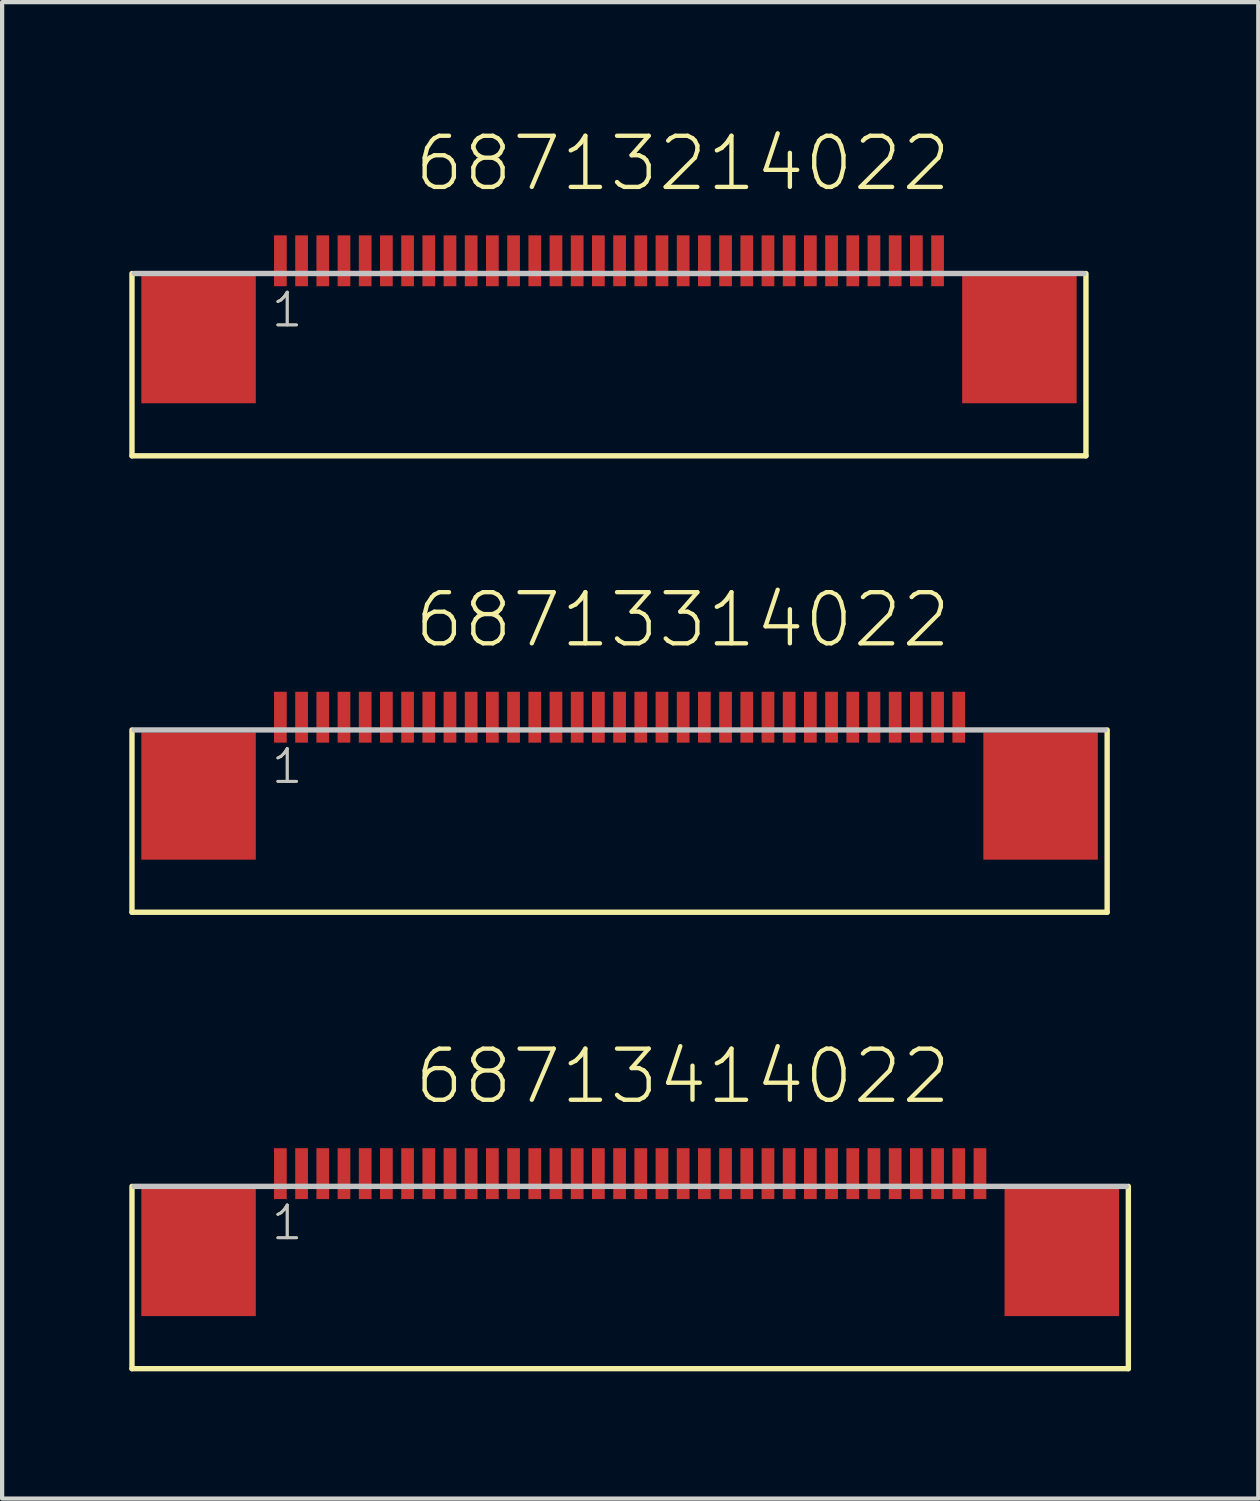
<source format=kicad_pcb>
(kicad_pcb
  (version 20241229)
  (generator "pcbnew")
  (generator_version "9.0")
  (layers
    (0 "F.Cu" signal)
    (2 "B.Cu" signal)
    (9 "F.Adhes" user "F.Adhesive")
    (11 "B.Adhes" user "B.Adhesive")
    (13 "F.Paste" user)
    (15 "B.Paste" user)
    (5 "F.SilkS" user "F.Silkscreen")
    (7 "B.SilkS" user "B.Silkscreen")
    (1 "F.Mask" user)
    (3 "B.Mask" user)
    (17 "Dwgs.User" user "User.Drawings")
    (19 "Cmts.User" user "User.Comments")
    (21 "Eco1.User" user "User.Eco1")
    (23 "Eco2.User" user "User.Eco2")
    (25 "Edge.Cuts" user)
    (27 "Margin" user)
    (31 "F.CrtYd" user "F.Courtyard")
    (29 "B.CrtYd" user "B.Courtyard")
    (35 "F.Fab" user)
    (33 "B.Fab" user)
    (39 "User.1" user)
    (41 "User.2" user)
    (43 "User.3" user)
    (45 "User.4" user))
  (footprint "68713314022"
    (layer "F.Cu")
    (at 11.813 15.726)
    (property "Reference" "68713314022" (at -5.144 -3.45 0) (layer "F.SilkS") (effects (font (size 1.206 1.206) (thickness 0.102)) (justify left bottom)))
    (attr through_hole)
    (fp_line (start -11.75 -1.56) (end -11.75 2.74) (stroke (width 0.127) (type solid)) (layer "F.SilkS"))
    (fp_line (start -11.75 2.74) (end 11.25 2.74) (stroke (width 0.127) (type solid)) (layer "F.SilkS"))
    (fp_line (start 11.25 2.74) (end 11.25 -1.56) (stroke (width 0.127) (type solid)) (layer "F.SilkS"))
    (fp_line (start 11.2 -1.56) (end -11.7 -1.56) (stroke (width 0.127) (type solid)) (layer "Dwgs.User"))
    (fp_text user "1" (at -8.5 -0.25 0) (layer "F.SilkS") (effects (font (size 0.772 0.772) (thickness 0.065)) (justify left bottom)))
    (fp_text user "1" (at -8.5 -0.25 0) (layer "Dwgs.User") (effects (font (size 0.772 0.772) (thickness 0.065)) (justify left bottom)))
    (pad "1" smd rect (at -8.25 -1.86) (size 0.3 1.2) (layers "F.Cu" "F.Mask" "F.Paste"))
    (pad "2" smd rect (at -7.75 -1.86) (size 0.3 1.2) (layers "F.Cu" "F.Mask" "F.Paste"))
    (pad "3" smd rect (at -7.25 -1.86) (size 0.3 1.2) (layers "F.Cu" "F.Mask" "F.Paste"))
    (pad "4" smd rect (at -6.75 -1.86) (size 0.3 1.2) (layers "F.Cu" "F.Mask" "F.Paste"))
    (pad "5" smd rect (at -6.25 -1.86) (size 0.3 1.2) (layers "F.Cu" "F.Mask" "F.Paste"))
    (pad "6" smd rect (at -5.75 -1.86) (size 0.3 1.2) (layers "F.Cu" "F.Mask" "F.Paste"))
    (pad "7" smd rect (at -5.25 -1.86) (size 0.3 1.2) (layers "F.Cu" "F.Mask" "F.Paste"))
    (pad "8" smd rect (at -4.75 -1.86) (size 0.3 1.2) (layers "F.Cu" "F.Mask" "F.Paste"))
    (pad "9" smd rect (at -4.25 -1.86) (size 0.3 1.2) (layers "F.Cu" "F.Mask" "F.Paste"))
    (pad "10" smd rect (at -3.75 -1.86) (size 0.3 1.2) (layers "F.Cu" "F.Mask" "F.Paste"))
    (pad "11" smd rect (at -3.25 -1.86) (size 0.3 1.2) (layers "F.Cu" "F.Mask" "F.Paste"))
    (pad "12" smd rect (at -2.75 -1.86) (size 0.3 1.2) (layers "F.Cu" "F.Mask" "F.Paste"))
    (pad "13" smd rect (at -2.25 -1.86) (size 0.3 1.2) (layers "F.Cu" "F.Mask" "F.Paste"))
    (pad "14" smd rect (at -1.75 -1.86) (size 0.3 1.2) (layers "F.Cu" "F.Mask" "F.Paste"))
    (pad "15" smd rect (at -1.25 -1.86) (size 0.3 1.2) (layers "F.Cu" "F.Mask" "F.Paste"))
    (pad "16" smd rect (at -0.75 -1.86) (size 0.3 1.2) (layers "F.Cu" "F.Mask" "F.Paste"))
    (pad "17" smd rect (at -0.25 -1.86) (size 0.3 1.2) (layers "F.Cu" "F.Mask" "F.Paste"))
    (pad "18" smd rect (at 0.25 -1.86) (size 0.3 1.2) (layers "F.Cu" "F.Mask" "F.Paste"))
    (pad "19" smd rect (at 0.75 -1.86) (size 0.3 1.2) (layers "F.Cu" "F.Mask" "F.Paste"))
    (pad "20" smd rect (at 1.25 -1.86) (size 0.3 1.2) (layers "F.Cu" "F.Mask" "F.Paste"))
    (pad "21" smd rect (at 1.75 -1.86) (size 0.3 1.2) (layers "F.Cu" "F.Mask" "F.Paste"))
    (pad "22" smd rect (at 2.25 -1.86) (size 0.3 1.2) (layers "F.Cu" "F.Mask" "F.Paste"))
    (pad "23" smd rect (at 2.75 -1.86) (size 0.3 1.2) (layers "F.Cu" "F.Mask" "F.Paste"))
    (pad "24" smd rect (at 3.25 -1.86) (size 0.3 1.2) (layers "F.Cu" "F.Mask" "F.Paste"))
    (pad "25" smd rect (at 3.75 -1.86) (size 0.3 1.2) (layers "F.Cu" "F.Mask" "F.Paste"))
    (pad "26" smd rect (at 4.25 -1.86) (size 0.3 1.2) (layers "F.Cu" "F.Mask" "F.Paste"))
    (pad "27" smd rect (at 4.75 -1.86) (size 0.3 1.2) (layers "F.Cu" "F.Mask" "F.Paste"))
    (pad "28" smd rect (at 5.25 -1.86) (size 0.3 1.2) (layers "F.Cu" "F.Mask" "F.Paste"))
    (pad "29" smd rect (at 5.75 -1.86) (size 0.3 1.2) (layers "F.Cu" "F.Mask" "F.Paste"))
    (pad "30" smd rect (at 6.25 -1.86) (size 0.3 1.2) (layers "F.Cu" "F.Mask" "F.Paste"))
    (pad "31" smd rect (at 6.75 -1.86) (size 0.3 1.2) (layers "F.Cu" "F.Mask" "F.Paste"))
    (pad "32" smd rect (at 7.25 -1.86) (size 0.3 1.2) (layers "F.Cu" "F.Mask" "F.Paste"))
    (pad "33" smd rect (at 7.75 -1.86) (size 0.3 1.2) (layers "F.Cu" "F.Mask" "F.Paste"))
    (pad "Z1" smd rect (at -10.18 0) (size 2.7 3) (layers "F.Cu" "F.Mask" "F.Paste"))
    (pad "Z2" smd rect (at 9.68 0) (size 2.7 3) (layers "F.Cu" "F.Mask" "F.Paste")))
  (footprint "68713214022"
    (layer "F.Cu")
    (at 11.313 4.961)
    (property "Reference" "68713214022" (at -4.644 -3.45 0) (layer "F.SilkS") (effects (font (size 1.206 1.206) (thickness 0.102)) (justify left bottom)))
    (attr through_hole)
    (fp_line (start -11.25 -1.56) (end -11.25 2.74) (stroke (width 0.127) (type solid)) (layer "F.SilkS"))
    (fp_line (start -11.25 2.74) (end 11.25 2.74) (stroke (width 0.127) (type solid)) (layer "F.SilkS"))
    (fp_line (start 11.25 2.74) (end 11.25 -1.56) (stroke (width 0.127) (type solid)) (layer "F.SilkS"))
    (fp_line (start 11.2 -1.56) (end -11.2 -1.56) (stroke (width 0.127) (type solid)) (layer "Dwgs.User"))
    (fp_text user "1" (at -8 -0.25 0) (layer "F.SilkS") (effects (font (size 0.772 0.772) (thickness 0.065)) (justify left bottom)))
    (fp_text user "1" (at -8 -0.25 0) (layer "Dwgs.User") (effects (font (size 0.772 0.772) (thickness 0.065)) (justify left bottom)))
    (pad "1" smd rect (at -7.75 -1.86) (size 0.3 1.2) (layers "F.Cu" "F.Mask" "F.Paste"))
    (pad "2" smd rect (at -7.25 -1.86) (size 0.3 1.2) (layers "F.Cu" "F.Mask" "F.Paste"))
    (pad "3" smd rect (at -6.75 -1.86) (size 0.3 1.2) (layers "F.Cu" "F.Mask" "F.Paste"))
    (pad "4" smd rect (at -6.25 -1.86) (size 0.3 1.2) (layers "F.Cu" "F.Mask" "F.Paste"))
    (pad "5" smd rect (at -5.75 -1.86) (size 0.3 1.2) (layers "F.Cu" "F.Mask" "F.Paste"))
    (pad "6" smd rect (at -5.25 -1.86) (size 0.3 1.2) (layers "F.Cu" "F.Mask" "F.Paste"))
    (pad "7" smd rect (at -4.75 -1.86) (size 0.3 1.2) (layers "F.Cu" "F.Mask" "F.Paste"))
    (pad "8" smd rect (at -4.25 -1.86) (size 0.3 1.2) (layers "F.Cu" "F.Mask" "F.Paste"))
    (pad "9" smd rect (at -3.75 -1.86) (size 0.3 1.2) (layers "F.Cu" "F.Mask" "F.Paste"))
    (pad "10" smd rect (at -3.25 -1.86) (size 0.3 1.2) (layers "F.Cu" "F.Mask" "F.Paste"))
    (pad "11" smd rect (at -2.75 -1.86) (size 0.3 1.2) (layers "F.Cu" "F.Mask" "F.Paste"))
    (pad "12" smd rect (at -2.25 -1.86) (size 0.3 1.2) (layers "F.Cu" "F.Mask" "F.Paste"))
    (pad "13" smd rect (at -1.75 -1.86) (size 0.3 1.2) (layers "F.Cu" "F.Mask" "F.Paste"))
    (pad "14" smd rect (at -1.25 -1.86) (size 0.3 1.2) (layers "F.Cu" "F.Mask" "F.Paste"))
    (pad "15" smd rect (at -0.75 -1.86) (size 0.3 1.2) (layers "F.Cu" "F.Mask" "F.Paste"))
    (pad "16" smd rect (at -0.25 -1.86) (size 0.3 1.2) (layers "F.Cu" "F.Mask" "F.Paste"))
    (pad "17" smd rect (at 0.25 -1.86) (size 0.3 1.2) (layers "F.Cu" "F.Mask" "F.Paste"))
    (pad "18" smd rect (at 0.75 -1.86) (size 0.3 1.2) (layers "F.Cu" "F.Mask" "F.Paste"))
    (pad "19" smd rect (at 1.25 -1.86) (size 0.3 1.2) (layers "F.Cu" "F.Mask" "F.Paste"))
    (pad "20" smd rect (at 1.75 -1.86) (size 0.3 1.2) (layers "F.Cu" "F.Mask" "F.Paste"))
    (pad "21" smd rect (at 2.25 -1.86) (size 0.3 1.2) (layers "F.Cu" "F.Mask" "F.Paste"))
    (pad "22" smd rect (at 2.75 -1.86) (size 0.3 1.2) (layers "F.Cu" "F.Mask" "F.Paste"))
    (pad "23" smd rect (at 3.25 -1.86) (size 0.3 1.2) (layers "F.Cu" "F.Mask" "F.Paste"))
    (pad "24" smd rect (at 3.75 -1.86) (size 0.3 1.2) (layers "F.Cu" "F.Mask" "F.Paste"))
    (pad "25" smd rect (at 4.25 -1.86) (size 0.3 1.2) (layers "F.Cu" "F.Mask" "F.Paste"))
    (pad "26" smd rect (at 4.75 -1.86) (size 0.3 1.2) (layers "F.Cu" "F.Mask" "F.Paste"))
    (pad "27" smd rect (at 5.25 -1.86) (size 0.3 1.2) (layers "F.Cu" "F.Mask" "F.Paste"))
    (pad "28" smd rect (at 5.75 -1.86) (size 0.3 1.2) (layers "F.Cu" "F.Mask" "F.Paste"))
    (pad "29" smd rect (at 6.25 -1.86) (size 0.3 1.2) (layers "F.Cu" "F.Mask" "F.Paste"))
    (pad "30" smd rect (at 6.75 -1.86) (size 0.3 1.2) (layers "F.Cu" "F.Mask" "F.Paste"))
    (pad "31" smd rect (at 7.25 -1.86) (size 0.3 1.2) (layers "F.Cu" "F.Mask" "F.Paste"))
    (pad "32" smd rect (at 7.75 -1.86) (size 0.3 1.2) (layers "F.Cu" "F.Mask" "F.Paste"))
    (pad "Z1" smd rect (at -9.68 0) (size 2.7 3) (layers "F.Cu" "F.Mask" "F.Paste"))
    (pad "Z2" smd rect (at 9.68 0) (size 2.7 3) (layers "F.Cu" "F.Mask" "F.Paste")))
  (footprint "68713414022"
    (layer "F.Cu")
    (at 11.813 26.491)
    (property "Reference" "68713414022" (at -5.144 -3.45 0) (layer "F.SilkS") (effects (font (size 1.206 1.206) (thickness 0.102)) (justify left bottom)))
    (attr through_hole)
    (fp_line (start -11.75 -1.56) (end -11.75 2.74) (stroke (width 0.127) (type solid)) (layer "F.SilkS"))
    (fp_line (start -11.75 2.74) (end 11.75 2.74) (stroke (width 0.127) (type solid)) (layer "F.SilkS"))
    (fp_line (start 11.75 2.74) (end 11.75 -1.56) (stroke (width 0.127) (type solid)) (layer "F.SilkS"))
    (fp_line (start 11.7 -1.56) (end -11.7 -1.56) (stroke (width 0.127) (type solid)) (layer "Dwgs.User"))
    (fp_text user "1" (at -8.5 -0.25 0) (layer "F.SilkS") (effects (font (size 0.772 0.772) (thickness 0.065)) (justify left bottom)))
    (fp_text user "1" (at -8.5 -0.25 0) (layer "Dwgs.User") (effects (font (size 0.772 0.772) (thickness 0.065)) (justify left bottom)))
    (pad "1" smd rect (at -8.25 -1.86) (size 0.3 1.2) (layers "F.Cu" "F.Mask" "F.Paste"))
    (pad "2" smd rect (at -7.75 -1.86) (size 0.3 1.2) (layers "F.Cu" "F.Mask" "F.Paste"))
    (pad "3" smd rect (at -7.25 -1.86) (size 0.3 1.2) (layers "F.Cu" "F.Mask" "F.Paste"))
    (pad "4" smd rect (at -6.75 -1.86) (size 0.3 1.2) (layers "F.Cu" "F.Mask" "F.Paste"))
    (pad "5" smd rect (at -6.25 -1.86) (size 0.3 1.2) (layers "F.Cu" "F.Mask" "F.Paste"))
    (pad "6" smd rect (at -5.75 -1.86) (size 0.3 1.2) (layers "F.Cu" "F.Mask" "F.Paste"))
    (pad "7" smd rect (at -5.25 -1.86) (size 0.3 1.2) (layers "F.Cu" "F.Mask" "F.Paste"))
    (pad "8" smd rect (at -4.75 -1.86) (size 0.3 1.2) (layers "F.Cu" "F.Mask" "F.Paste"))
    (pad "9" smd rect (at -4.25 -1.86) (size 0.3 1.2) (layers "F.Cu" "F.Mask" "F.Paste"))
    (pad "10" smd rect (at -3.75 -1.86) (size 0.3 1.2) (layers "F.Cu" "F.Mask" "F.Paste"))
    (pad "11" smd rect (at -3.25 -1.86) (size 0.3 1.2) (layers "F.Cu" "F.Mask" "F.Paste"))
    (pad "12" smd rect (at -2.75 -1.86) (size 0.3 1.2) (layers "F.Cu" "F.Mask" "F.Paste"))
    (pad "13" smd rect (at -2.25 -1.86) (size 0.3 1.2) (layers "F.Cu" "F.Mask" "F.Paste"))
    (pad "14" smd rect (at -1.75 -1.86) (size 0.3 1.2) (layers "F.Cu" "F.Mask" "F.Paste"))
    (pad "15" smd rect (at -1.25 -1.86) (size 0.3 1.2) (layers "F.Cu" "F.Mask" "F.Paste"))
    (pad "16" smd rect (at -0.75 -1.86) (size 0.3 1.2) (layers "F.Cu" "F.Mask" "F.Paste"))
    (pad "17" smd rect (at -0.25 -1.86) (size 0.3 1.2) (layers "F.Cu" "F.Mask" "F.Paste"))
    (pad "18" smd rect (at 0.25 -1.86) (size 0.3 1.2) (layers "F.Cu" "F.Mask" "F.Paste"))
    (pad "19" smd rect (at 0.75 -1.86) (size 0.3 1.2) (layers "F.Cu" "F.Mask" "F.Paste"))
    (pad "20" smd rect (at 1.25 -1.86) (size 0.3 1.2) (layers "F.Cu" "F.Mask" "F.Paste"))
    (pad "21" smd rect (at 1.75 -1.86) (size 0.3 1.2) (layers "F.Cu" "F.Mask" "F.Paste"))
    (pad "22" smd rect (at 2.25 -1.86) (size 0.3 1.2) (layers "F.Cu" "F.Mask" "F.Paste"))
    (pad "23" smd rect (at 2.75 -1.86) (size 0.3 1.2) (layers "F.Cu" "F.Mask" "F.Paste"))
    (pad "24" smd rect (at 3.25 -1.86) (size 0.3 1.2) (layers "F.Cu" "F.Mask" "F.Paste"))
    (pad "25" smd rect (at 3.75 -1.86) (size 0.3 1.2) (layers "F.Cu" "F.Mask" "F.Paste"))
    (pad "26" smd rect (at 4.25 -1.86) (size 0.3 1.2) (layers "F.Cu" "F.Mask" "F.Paste"))
    (pad "27" smd rect (at 4.75 -1.86) (size 0.3 1.2) (layers "F.Cu" "F.Mask" "F.Paste"))
    (pad "28" smd rect (at 5.25 -1.86) (size 0.3 1.2) (layers "F.Cu" "F.Mask" "F.Paste"))
    (pad "29" smd rect (at 5.75 -1.86) (size 0.3 1.2) (layers "F.Cu" "F.Mask" "F.Paste"))
    (pad "30" smd rect (at 6.25 -1.86) (size 0.3 1.2) (layers "F.Cu" "F.Mask" "F.Paste"))
    (pad "31" smd rect (at 6.75 -1.86) (size 0.3 1.2) (layers "F.Cu" "F.Mask" "F.Paste"))
    (pad "32" smd rect (at 7.25 -1.86) (size 0.3 1.2) (layers "F.Cu" "F.Mask" "F.Paste"))
    (pad "33" smd rect (at 7.75 -1.86) (size 0.3 1.2) (layers "F.Cu" "F.Mask" "F.Paste"))
    (pad "34" smd rect (at 8.25 -1.86) (size 0.3 1.2) (layers "F.Cu" "F.Mask" "F.Paste"))
    (pad "Z1" smd rect (at -10.18 0) (size 2.7 3) (layers "F.Cu" "F.Mask" "F.Paste"))
    (pad "Z2" smd rect (at 10.18 0) (size 2.7 3) (layers "F.Cu" "F.Mask" "F.Paste")))
  (gr_rect
    (start -3 -3)
    (end 26.627 32.295)
    (stroke (width 0.1) (type default))
    (fill no)
    (layer "Edge.Cuts")))
</source>
